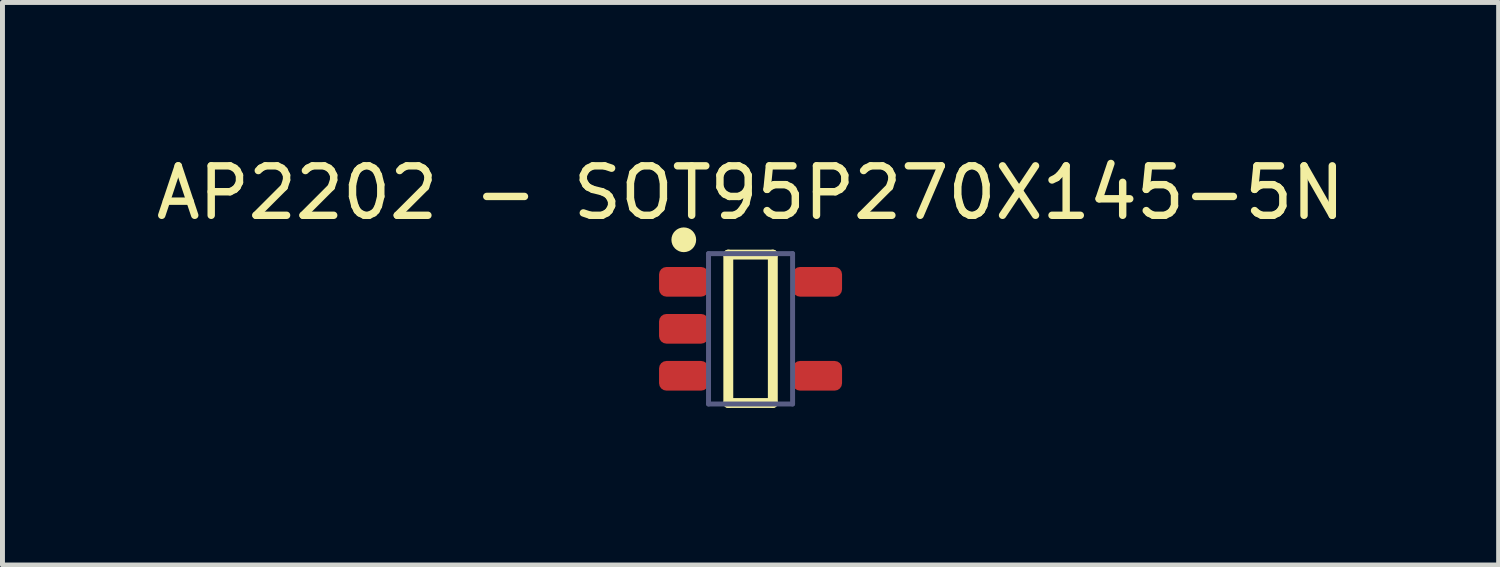
<source format=kicad_pcb>
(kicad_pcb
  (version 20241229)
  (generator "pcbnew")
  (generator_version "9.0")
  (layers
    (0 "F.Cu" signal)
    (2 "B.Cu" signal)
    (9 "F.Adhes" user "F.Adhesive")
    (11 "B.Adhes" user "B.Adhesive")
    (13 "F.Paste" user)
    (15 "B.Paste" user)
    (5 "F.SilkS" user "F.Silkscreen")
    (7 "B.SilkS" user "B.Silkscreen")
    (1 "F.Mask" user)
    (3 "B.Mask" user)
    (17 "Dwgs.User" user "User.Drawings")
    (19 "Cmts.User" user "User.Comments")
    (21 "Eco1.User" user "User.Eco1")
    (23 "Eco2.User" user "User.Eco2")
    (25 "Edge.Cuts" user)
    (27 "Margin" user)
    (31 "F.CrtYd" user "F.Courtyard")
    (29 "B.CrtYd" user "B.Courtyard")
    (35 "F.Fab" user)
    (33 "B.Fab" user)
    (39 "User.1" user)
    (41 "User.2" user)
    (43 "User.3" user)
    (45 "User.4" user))
  (footprint "AP2202 - SOT95P270X145-5N"
    (layer "F.Cu")
    (at 12.125 3.598)
    (property "Reference" "AP2202 - SOT95P270X145-5N" (at 0 -2.75 0) (unlocked yes) (layer "F.SilkS") (effects (font (size 1 1) (thickness 0.15))))
    (fp_line (start -0.45 -1.5) (end 0.45 -1.5) (stroke (width 0.2) (type solid)) (layer "F.SilkS"))
    (fp_line (start -0.45 1.5) (end -0.45 -1.5) (stroke (width 0.2) (type solid)) (layer "F.SilkS"))
    (fp_line (start -0.45 1.5) (end 0.45 1.5) (stroke (width 0.2) (type solid)) (layer "F.SilkS"))
    (fp_line (start 0.45 1.5) (end 0.45 -1.5) (stroke (width 0.2) (type solid)) (layer "F.SilkS"))
    (fp_circle (center -1.35 -1.8) (end -1.35 -1.925) (stroke (width 0.25) (type solid)) (fill no) (layer "F.SilkS"))
    (fp_line (start -2.1 -1.75) (end 2.1 -1.75) (stroke (width 0.05) (type solid)) (layer "Eco2.User"))
    (fp_line (start -2.1 -1.75) (end 2.1 -1.75) (stroke (width 0.05) (type solid)) (layer "Eco2.User"))
    (fp_line (start -2.1 1.75) (end -2.1 -1.75) (stroke (width 0.05) (type solid)) (layer "Eco2.User"))
    (fp_line (start -2.1 1.75) (end -2.1 -1.75) (stroke (width 0.05) (type solid)) (layer "Eco2.User"))
    (fp_line (start -2.1 1.75) (end 2.1 1.75) (stroke (width 0.05) (type solid)) (layer "Eco2.User"))
    (fp_line (start -2.1 1.75) (end 2.1 1.75) (stroke (width 0.05) (type solid)) (layer "Eco2.User"))
    (fp_line (start -0.5 0) (end 0.5 0) (stroke (width 0.1) (type solid)) (layer "Eco2.User"))
    (fp_line (start 0 0.5) (end 0 -0.5) (stroke (width 0.1) (type solid)) (layer "Eco2.User"))
    (fp_line (start 2.1 1.75) (end 2.1 -1.75) (stroke (width 0.05) (type solid)) (layer "Eco2.User"))
    (fp_line (start 2.1 1.75) (end 2.1 -1.75) (stroke (width 0.05) (type solid)) (layer "Eco2.User"))
    (fp_line (start -0.85 -1.52) (end 0.85 -1.52) (stroke (width 0.1) (type solid)) (layer "B.Fab"))
    (fp_line (start -0.85 1.52) (end -0.85 -1.52) (stroke (width 0.1) (type solid)) (layer "B.Fab"))
    (fp_line (start -0.85 1.52) (end 0.85 1.52) (stroke (width 0.1) (type solid)) (layer "B.Fab"))
    (fp_line (start 0.85 1.52) (end 0.85 -1.52) (stroke (width 0.1) (type solid)) (layer "B.Fab"))
    (fp_text user "${REFERENCE}" (at -1.946 0.3 0) (unlocked yes) (layer "Eco2.User") (effects (font (face "Avenir LT 45 Book") (size 0.55 0.55) (thickness 0.254)) (justify left bottom)))
    (pad "1" smd roundrect (at -1.35 -0.95 90) (size 0.6 1) (layers "F.Cu" "F.Mask" "F.Paste") (roundrect_rratio 0.25))
    (pad "2" smd roundrect (at -1.35 0 90) (size 0.6 1) (layers "F.Cu" "F.Mask" "F.Paste") (roundrect_rratio 0.25))
    (pad "3" smd roundrect (at -1.35 0.95 90) (size 0.6 1) (layers "F.Cu" "F.Mask" "F.Paste") (roundrect_rratio 0.25))
    (pad "4" smd roundrect (at 1.35 0.95 90) (size 0.6 1) (layers "F.Cu" "F.Mask" "F.Paste") (roundrect_rratio 0.25))
    (pad "5" smd roundrect (at 1.35 -0.95 90) (size 0.6 1) (layers "F.Cu" "F.Mask" "F.Paste") (roundrect_rratio 0.25)))
  (gr_rect
    (start -3 -3)
    (end 27.25 8.373)
    (stroke (width 0.1) (type default))
    (fill no)
    (layer "Edge.Cuts")))
</source>
